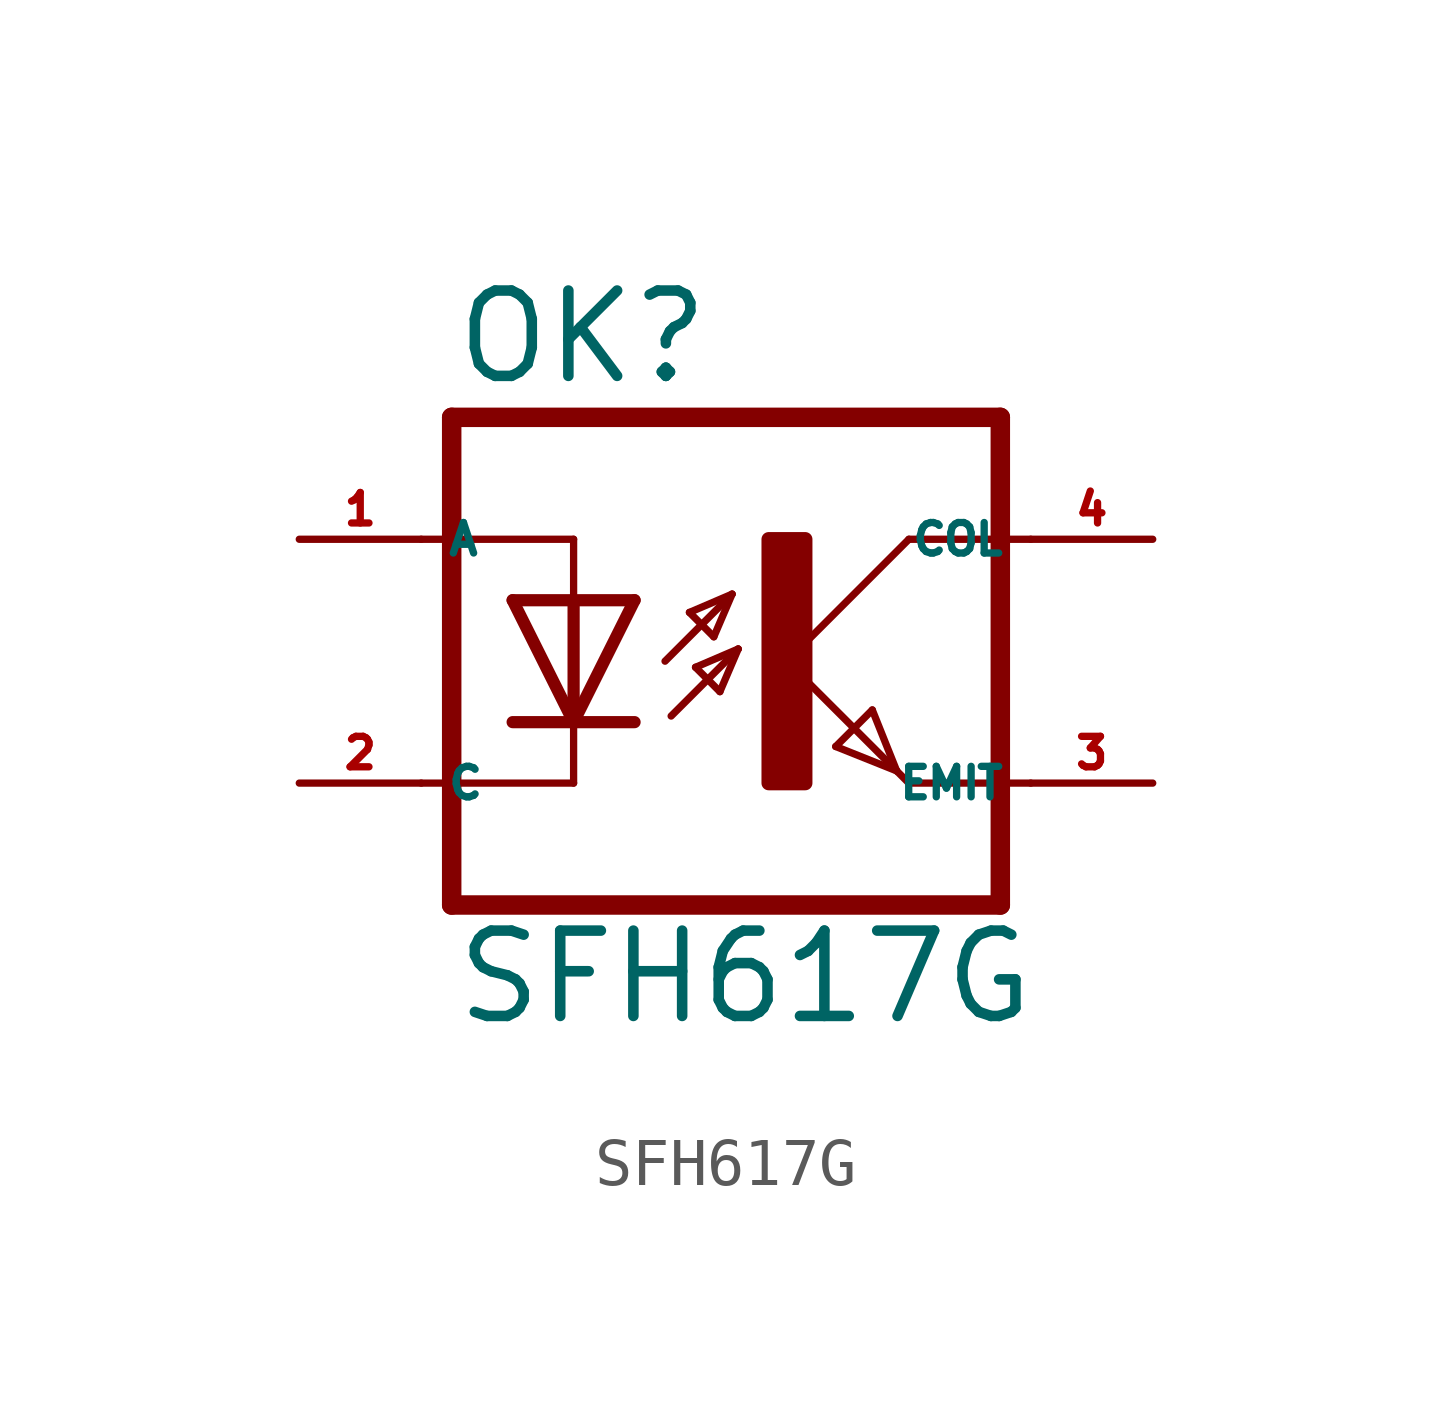
<source format=kicad_sym>
(kicad_symbol_lib
  (version 20220914)
  (generator kicad_symbol_editor)
  (symbol "SFH617G"
    (property "Reference" "OK"
      (at -6.985 5.715 0)
      (effects (font (size 1.778 1.778) (thickness 0.22)) (justify left bottom)))
    (property "Value" "SFH617G"
      (at -6.985 -7.62 0)
      (effects (font (size 1.778 1.778) (thickness 0.22)) (justify left bottom)))
    (symbol "SFH617G_1_1"
      (rectangle (start -0.381 -2.54) (end 0.381 2.54) (stroke (width 0.3) (type default)) (fill (type outline)))
      (polyline (pts (xy -6.985 -5.08) (xy 4.445 -5.08)) (stroke (width 0.406) (type default)) (fill (type none)))
      (polyline (pts (xy -6.985 5.08) (xy -6.985 -5.08)) (stroke (width 0.406) (type default)) (fill (type none)))
      (polyline (pts (xy -6.985 5.08) (xy 4.445 5.08)) (stroke (width 0.406) (type default)) (fill (type none)))
      (polyline (pts (xy -4.445 -2.54) (xy -7.62 -2.54)) (stroke (width 0.152) (type default)) (fill (type none)))
      (polyline (pts (xy -4.445 -1.27) (xy -5.715 -1.27)) (stroke (width 0.254) (type default)) (fill (type none)))
      (polyline (pts (xy -4.445 -1.27) (xy -5.715 1.27)) (stroke (width 0.254) (type default)) (fill (type none)))
      (polyline (pts (xy -4.445 -1.27) (xy -4.445 -2.54)) (stroke (width 0.152) (type default)) (fill (type none)))
      (polyline (pts (xy -4.445 1.27) (xy -5.715 1.27)) (stroke (width 0.254) (type default)) (fill (type none)))
      (polyline (pts (xy -4.445 1.27) (xy -4.445 -1.27)) (stroke (width 0.254) (type default)) (fill (type none)))
      (polyline (pts (xy -4.445 2.54) (xy -7.62 2.54)) (stroke (width 0.152) (type default)) (fill (type none)))
      (polyline (pts (xy -4.445 2.54) (xy -4.445 1.27)) (stroke (width 0.152) (type default)) (fill (type none)))
      (polyline (pts (xy -3.175 -1.27) (xy -4.445 -1.27)) (stroke (width 0.254) (type default)) (fill (type none)))
      (polyline (pts (xy -3.175 1.27) (xy -4.445 -1.27)) (stroke (width 0.254) (type default)) (fill (type none)))
      (polyline (pts (xy -3.175 1.27) (xy -4.445 1.27)) (stroke (width 0.254) (type default)) (fill (type none)))
      (polyline (pts (xy -2.54 0) (xy -1.143 1.397)) (stroke (width 0.152) (type default)) (fill (type none)))
      (polyline (pts (xy -2.413 -1.143) (xy -1.016 0.254)) (stroke (width 0.152) (type default)) (fill (type none)))
      (polyline (pts (xy -2.032 1.016) (xy -1.524 0.508)) (stroke (width 0.152) (type default)) (fill (type none)))
      (polyline (pts (xy -1.905 -0.127) (xy -1.397 -0.635)) (stroke (width 0.152) (type default)) (fill (type none)))
      (polyline (pts (xy -1.524 0.508) (xy -1.143 1.397)) (stroke (width 0.152) (type default)) (fill (type none)))
      (polyline (pts (xy -1.397 -0.635) (xy -1.016 0.254)) (stroke (width 0.152) (type default)) (fill (type none)))
      (polyline (pts (xy -1.143 1.397) (xy -2.032 1.016)) (stroke (width 0.152) (type default)) (fill (type none)))
      (polyline (pts (xy -1.016 0.254) (xy -1.905 -0.127)) (stroke (width 0.152) (type default)) (fill (type none)))
      (polyline (pts (xy 0 0) (xy 2.286 -2.286)) (stroke (width 0.152) (type default)) (fill (type none)))
      (polyline (pts (xy 1.016 -1.778) (xy 1.778 -1.016)) (stroke (width 0.152) (type default)) (fill (type none)))
      (polyline (pts (xy 1.778 -1.016) (xy 2.286 -2.286)) (stroke (width 0.152) (type default)) (fill (type none)))
      (polyline (pts (xy 2.286 -2.286) (xy 1.016 -1.778)) (stroke (width 0.152) (type default)) (fill (type none)))
      (polyline (pts (xy 2.286 -2.286) (xy 2.54 -2.54)) (stroke (width 0.152) (type default)) (fill (type none)))
      (polyline (pts (xy 2.54 -2.54) (xy 5.08 -2.54)) (stroke (width 0.152) (type default)) (fill (type none)))
      (polyline (pts (xy 2.54 2.54) (xy 0 0)) (stroke (width 0.152) (type default)) (fill (type none)))
      (polyline (pts (xy 2.54 2.54) (xy 5.08 2.54)) (stroke (width 0.152) (type default)) (fill (type none)))
      (polyline (pts (xy 4.445 5.08) (xy 4.445 -5.08)) (stroke (width 0.406) (type default)) (fill (type none)))
      (pin passive line (at -10.16 2.54 0) (length 2.54) (name "A" (effects (font (size 0.635 0.635)))) (number "1" (effects (font (size 0.635 0.635)))))
      (pin passive line (at -10.16 -2.54 0) (length 2.54) (name "C" (effects (font (size 0.635 0.635)))) (number "2" (effects (font (size 0.635 0.635)))))
      (pin passive line (at 7.62 -2.54 180) (length 2.54) (name "EMIT" (effects (font (size 0.635 0.635)))) (number "3" (effects (font (size 0.635 0.635)))))
      (pin passive line (at 7.62 2.54 180) (length 2.54) (name "COL" (effects (font (size 0.635 0.635)))) (number "4" (effects (font (size 0.635 0.635))))))))
</source>
